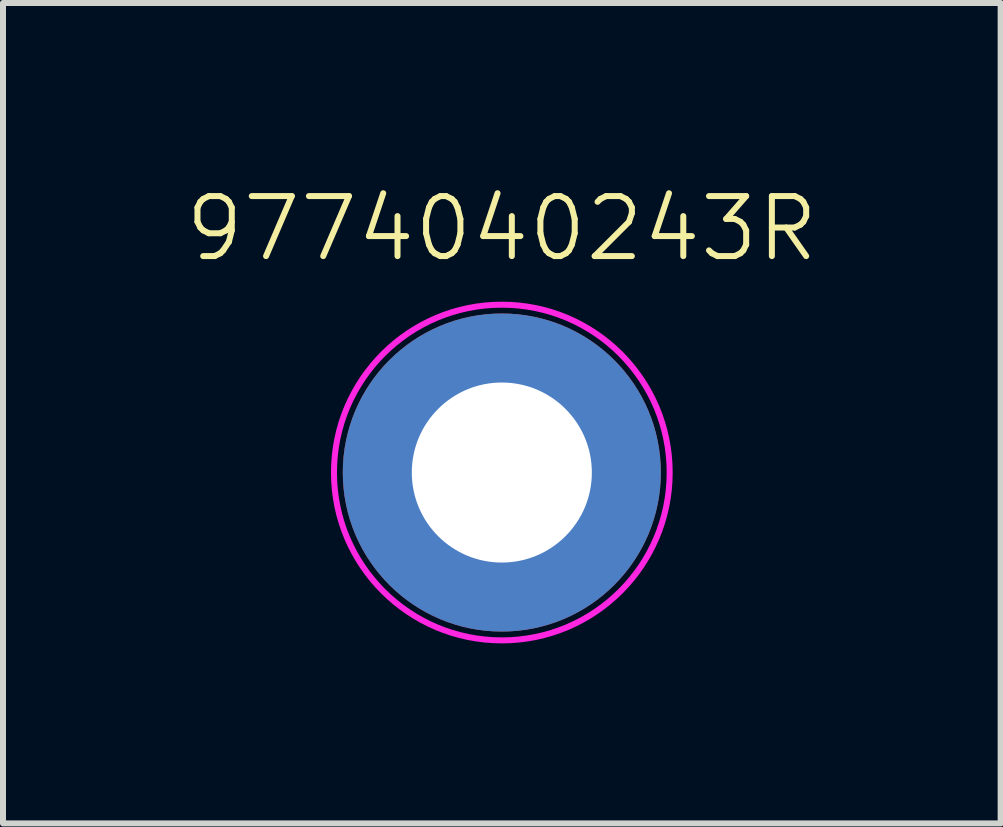
<source format=kicad_pcb>
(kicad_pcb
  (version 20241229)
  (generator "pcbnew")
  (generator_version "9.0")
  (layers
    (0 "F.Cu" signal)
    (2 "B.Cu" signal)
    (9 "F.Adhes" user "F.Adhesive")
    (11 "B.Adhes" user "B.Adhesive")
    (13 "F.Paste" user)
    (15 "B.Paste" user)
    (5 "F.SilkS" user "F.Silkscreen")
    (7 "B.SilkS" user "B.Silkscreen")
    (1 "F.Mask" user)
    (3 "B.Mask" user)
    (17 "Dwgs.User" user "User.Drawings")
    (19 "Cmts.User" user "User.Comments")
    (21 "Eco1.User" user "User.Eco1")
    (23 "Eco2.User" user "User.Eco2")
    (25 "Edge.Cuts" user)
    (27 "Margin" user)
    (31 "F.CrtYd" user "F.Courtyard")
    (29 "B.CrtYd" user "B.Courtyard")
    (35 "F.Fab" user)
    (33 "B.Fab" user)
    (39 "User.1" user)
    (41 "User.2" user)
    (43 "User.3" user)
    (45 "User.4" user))
  (footprint "9774040243R"
    (layer "F.Cu")
    (at 5.312 4.824)
    (property "Reference" "9774040243R" (at 0 -4.064 0) (unlocked yes) (layer "F.SilkS") (effects (font (size 1 1) (thickness 0.1))))
    (attr smd)
    (fp_circle (center 0 0) (end 2.794 0.127) (stroke (width 0.1) (type default)) (fill no) (layer "F.CrtYd"))
    (pad "1" thru_hole circle (at 0 0) (size 5.3 5.3) (drill 3) (layers "*.Cu" "*.Mask")))
  (gr_rect
    (start -3 -3)
    (end 13.624 10.671)
    (stroke (width 0.1) (type default))
    (fill no)
    (layer "Edge.Cuts")))
</source>
